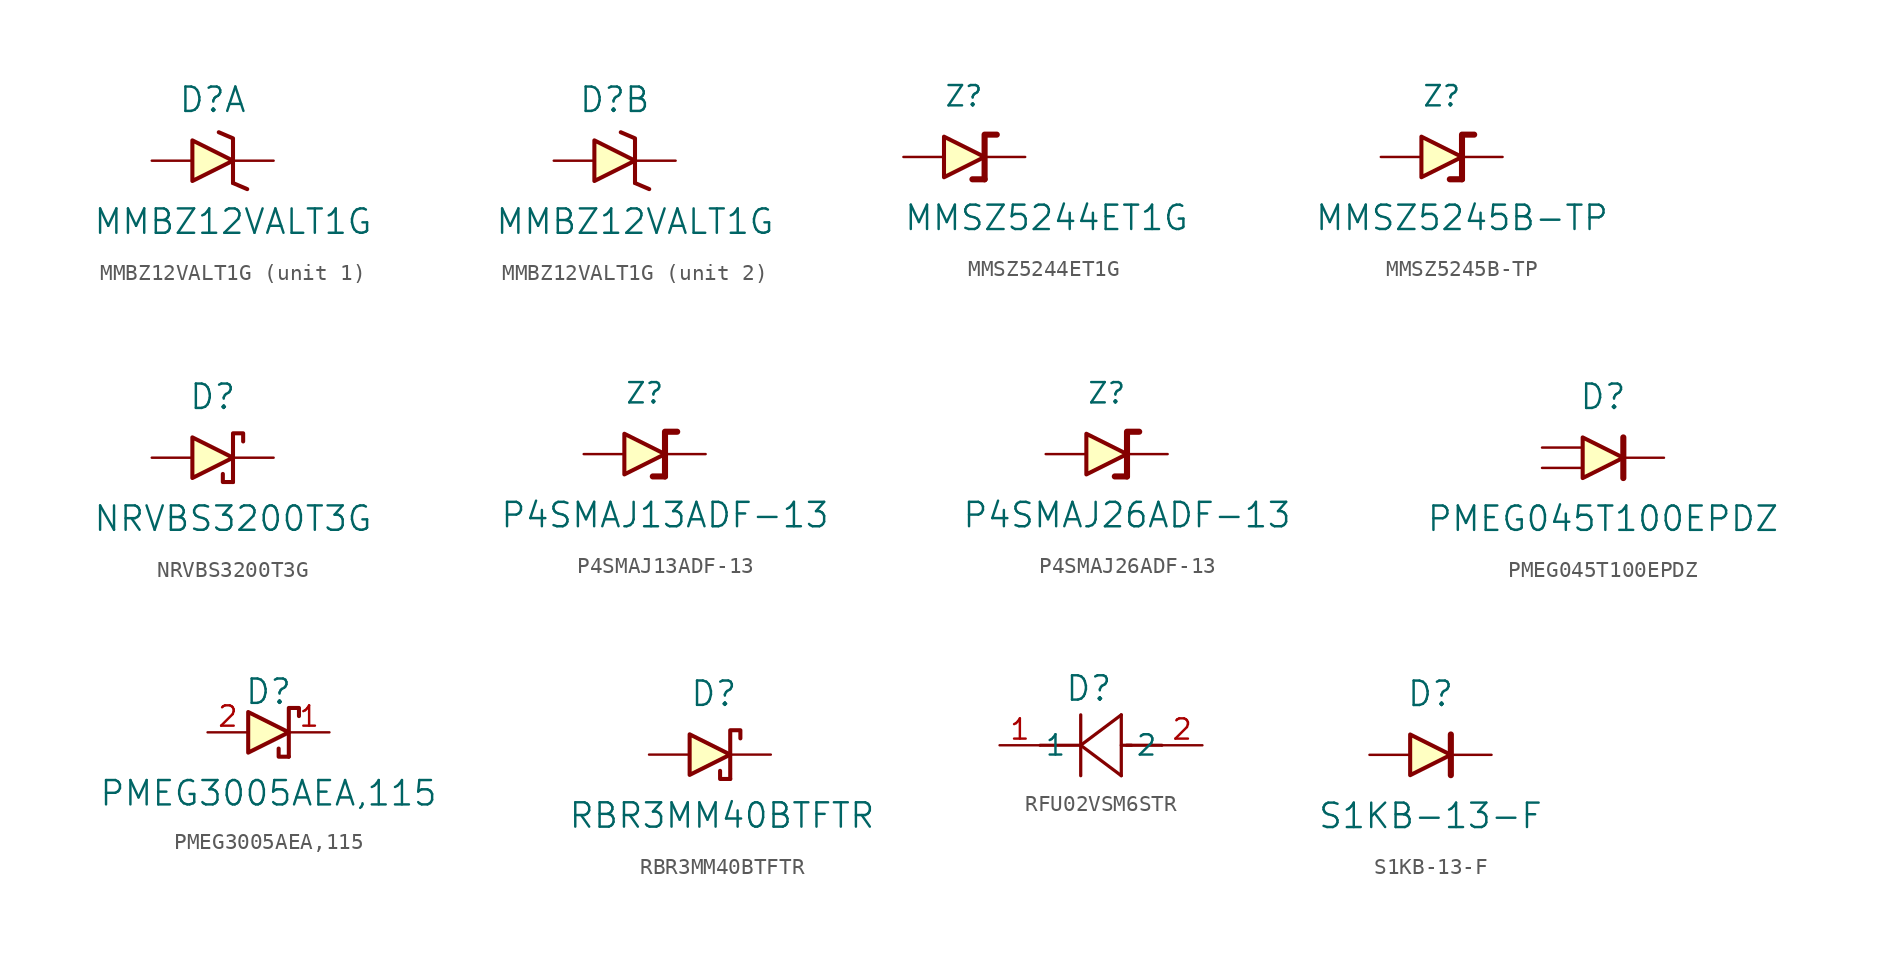
<source format=kicad_sym>
(kicad_symbol_lib
  (version 20241209)
  (generator "kicad_symbol_editor")
  (generator_version "9.0")
  (symbol "MMBZ12VALT1G"
    (pin_numbers
      (hide yes))
    (pin_names
      (offset 0)
      (hide yes))
    (property "Reference" "D"
      (at -1.27 3.81 0)
      (effects (font (size 1.524 1.524))))
    (property "Value" "MMBZ12VALT1G"
      (at 0 -3.81 0)
      (effects (font (size 1.524 1.524))))
    (symbol "MMBZ12VALT1G_0_1"
      (polyline (pts (xy -2.54 1.27) (xy -2.54 -1.27) (xy 0 0) (xy -2.54 1.27)) (stroke (width 0.254) (type default)) (fill (type background)))
      (polyline (pts (xy 0 -1.397) (xy 0.889 -1.778)) (stroke (width 0.254) (type default)) (fill (type none)))
      (polyline (pts (xy 0 -1.397) (xy 0 1.397) (xy -0.889 1.778)) (stroke (width 0.254) (type default)) (fill (type none))))
    (symbol "MMBZ12VALT1G_1_1"
      (pin passive line (at -5.08 0 0) (length 2.54) (name "Anode" (effects (font (size 1.27 1.27)))) (number "3" (effects (font (size 1.27 1.27)))))
      (pin input line (at 2.54 0 180) (length 2.54) (name "Cathode" (effects (font (size 1.27 1.27)))) (number "1" (effects (font (size 1.27 1.27))))))
    (symbol "MMBZ12VALT1G_2_1"
      (pin passive line (at -5.08 0 0) (length 2.54) (name "Anode" (effects (font (size 1.27 1.27)))) (number "3" (effects (font (size 1.27 1.27)))))
      (pin input line (at 2.54 0 180) (length 2.54) (name "Cathode" (effects (font (size 1.27 1.27)))) (number "2" (effects (font (size 1.27 1.27)))))))
  (symbol "MMSZ5244ET1G"
    (pin_numbers
      (hide yes))
    (pin_names
      (offset 0)
      (hide yes))
    (property "Reference" "Z"
      (at -1.27 3.81 0)
      (effects (font (size 1.27 1.27)) (justify left)))
    (property "Value" "MMSZ5244ET1G"
      (at -3.81 -3.81 0)
      (effects (font (size 1.524 1.524)) (justify left)))
    (symbol "MMSZ5244ET1G_0_1"
      (polyline (pts (xy -1.27 1.27) (xy -1.27 -1.27) (xy 1.27 0) (xy -1.27 1.27)) (stroke (width 0.254) (type default)) (fill (type background)))
      (polyline (pts (xy 1.27 -1.397) (xy 0.508 -1.397)) (stroke (width 0.381) (type default)) (fill (type none)))
      (polyline (pts (xy 1.27 -1.397) (xy 1.27 1.397) (xy 2.032 1.397)) (stroke (width 0.381) (type default)) (fill (type none))))
    (symbol "MMSZ5244ET1G_1_1"
      (pin input line (at -3.81 0 0) (length 2.54) (name "Anode" (effects (font (size 1.27 1.27)))) (number "2" (effects (font (size 1.27 1.27)))))
      (pin input line (at 3.81 0 180) (length 2.54) (name "Cathode" (effects (font (size 1.27 1.27)))) (number "1" (effects (font (size 1.27 1.27)))))))
  (symbol "MMSZ5245B-TP"
    (pin_numbers
      (hide yes))
    (pin_names
      (offset 0)
      (hide yes))
    (property "Reference" "Z"
      (at -1.27 3.81 0)
      (effects (font (size 1.27 1.27))))
    (property "Value" "MMSZ5245B-TP"
      (at 0 -3.81 0)
      (effects (font (size 1.524 1.524))))
    (symbol "MMSZ5245B-TP_0_1"
      (polyline (pts (xy -2.54 1.27) (xy -2.54 -1.27) (xy 0 0) (xy -2.54 1.27)) (stroke (width 0.254) (type default)) (fill (type background)))
      (polyline (pts (xy 0 -1.397) (xy -0.762 -1.397)) (stroke (width 0.381) (type default)) (fill (type none)))
      (polyline (pts (xy 0 -1.397) (xy 0 1.397) (xy 0.762 1.397)) (stroke (width 0.381) (type default)) (fill (type none))))
    (symbol "MMSZ5245B-TP_1_1"
      (pin input line (at -5.08 0 0) (length 2.54) (name "Anode" (effects (font (size 1.27 1.27)))) (number "2" (effects (font (size 1.27 1.27)))))
      (pin input line (at 2.54 0 180) (length 2.54) (name "Cathode" (effects (font (size 1.27 1.27)))) (number "1" (effects (font (size 1.27 1.27)))))))
  (symbol "NRVBS3200T3G"
    (pin_numbers
      (hide yes))
    (pin_names
      (offset 0)
      (hide yes))
    (property "Reference" "D"
      (at -1.27 3.81 0)
      (effects (font (size 1.524 1.524))))
    (property "Value" "NRVBS3200T3G"
      (at 0 -3.81 0)
      (effects (font (size 1.524 1.524))))
    (symbol "NRVBS3200T3G_0_1"
      (polyline (pts (xy -2.54 1.27) (xy -2.54 -1.27) (xy 0 0) (xy -2.54 1.27)) (stroke (width 0.254) (type default)) (fill (type background)))
      (polyline (pts (xy 0 -1.524) (xy -0.635 -1.524) (xy -0.635 -1.016)) (stroke (width 0.254) (type default)) (fill (type none)))
      (polyline (pts (xy 0 -1.524) (xy 0 1.524) (xy 0.635 1.524) (xy 0.635 1.016)) (stroke (width 0.254) (type default)) (fill (type none))))
    (symbol "NRVBS3200T3G_1_1"
      (pin input line (at -5.08 0 0) (length 2.54) (name "Anode" (effects (font (size 1.27 1.27)))) (number "2" (effects (font (size 1.27 1.27)))))
      (pin input line (at 2.54 0 180) (length 2.54) (name "Cathode" (effects (font (size 1.27 1.27)))) (number "1" (effects (font (size 1.27 1.27)))))))
  (symbol "P4SMAJ13ADF-13"
    (pin_numbers
      (hide yes))
    (pin_names
      (offset 0)
      (hide yes))
    (property "Reference" "Z"
      (at -1.27 3.81 0)
      (effects (font (size 1.27 1.27))))
    (property "Value" "P4SMAJ13ADF-13"
      (at 0 -3.81 0)
      (effects (font (size 1.524 1.524))))
    (symbol "P4SMAJ13ADF-13_0_1"
      (polyline (pts (xy -2.54 1.27) (xy -2.54 -1.27) (xy 0 0) (xy -2.54 1.27)) (stroke (width 0.254) (type default)) (fill (type background)))
      (polyline (pts (xy 0 -1.397) (xy -0.762 -1.397)) (stroke (width 0.381) (type default)) (fill (type none)))
      (polyline (pts (xy 0 -1.397) (xy 0 1.397) (xy 0.762 1.397)) (stroke (width 0.381) (type default)) (fill (type none))))
    (symbol "P4SMAJ13ADF-13_1_1"
      (pin input line (at -5.08 0 0) (length 2.54) (name "Anode" (effects (font (size 1.27 1.27)))) (number "2" (effects (font (size 1.27 1.27)))))
      (pin input line (at 2.54 0 180) (length 2.54) (name "Cathode" (effects (font (size 1.27 1.27)))) (number "1" (effects (font (size 1.27 1.27)))))))
  (symbol "P4SMAJ26ADF-13"
    (pin_numbers
      (hide yes))
    (pin_names
      (offset 0)
      (hide yes))
    (property "Reference" "Z"
      (at -1.27 3.81 0)
      (effects (font (size 1.27 1.27))))
    (property "Value" "P4SMAJ26ADF-13"
      (at 0 -3.81 0)
      (effects (font (size 1.524 1.524))))
    (symbol "P4SMAJ26ADF-13_0_1"
      (polyline (pts (xy -2.54 1.27) (xy -2.54 -1.27) (xy 0 0) (xy -2.54 1.27)) (stroke (width 0.254) (type default)) (fill (type background)))
      (polyline (pts (xy 0 -1.397) (xy -0.762 -1.397)) (stroke (width 0.381) (type default)) (fill (type none)))
      (polyline (pts (xy 0 -1.397) (xy 0 1.397) (xy 0.762 1.397)) (stroke (width 0.381) (type default)) (fill (type none))))
    (symbol "P4SMAJ26ADF-13_1_1"
      (pin input line (at -5.08 0 0) (length 2.54) (name "Anode" (effects (font (size 1.27 1.27)))) (number "2" (effects (font (size 1.27 1.27)))))
      (pin input line (at 2.54 0 180) (length 2.54) (name "Cathode" (effects (font (size 1.27 1.27)))) (number "1" (effects (font (size 1.27 1.27)))))))
  (symbol "PMEG045T100EPDZ"
    (pin_numbers
      (hide yes))
    (pin_names
      (offset 0)
      (hide yes))
    (property "Reference" "D"
      (at -1.27 3.81 0)
      (effects (font (size 1.524 1.524))))
    (property "Value" "PMEG045T100EPDZ"
      (at -1.27 -3.81 0)
      (effects (font (size 1.524 1.524))))
    (symbol "PMEG045T100EPDZ_0_1"
      (polyline (pts (xy -2.54 1.27) (xy -2.54 -1.27) (xy 0 0) (xy -2.54 1.27)) (stroke (width 0.254) (type default)) (fill (type background)))
      (polyline (pts (xy 0 -1.27) (xy 0 1.27)) (stroke (width 0.381) (type default)) (fill (type none))))
    (symbol "PMEG045T100EPDZ_1_1"
      (pin passive line (at -5.08 0.635 0) (length 2.54) (name "Anode" (effects (font (size 1.27 1.27)))) (number "2" (effects (font (size 1.27 1.27)))))
      (pin passive line (at -5.08 -0.635 0) (length 2.54) (name "Anode" (effects (font (size 1.27 1.27)))) (number "2" (effects (font (size 1.27 1.27)))))
      (pin passive line (at 2.54 0 180) (length 2.54) (name "Cathode" (effects (font (size 1.27 1.27)))) (number "1" (effects (font (size 1.27 1.27)))))))
  (symbol "PMEG3005AEA,115"
    (pin_names
      (offset 1.016)
      (hide yes))
    (property "Reference" "D"
      (at 0 0 0)
      (effects (font (size 1.524 1.524))))
    (property "Value" "PMEG3005AEA,115"
      (at 0 -6.35 0)
      (effects (font (size 1.524 1.524))))
    (symbol "PMEG3005AEA,115_1_1"
      (polyline (pts (xy -1.27 -1.27) (xy -1.27 -3.81) (xy 1.27 -2.54) (xy -1.27 -1.27)) (stroke (width 0.254) (type default)) (fill (type background)))
      (polyline (pts (xy 1.27 -4.064) (xy 0.635 -4.064) (xy 0.635 -3.556)) (stroke (width 0.254) (type default)) (fill (type none)))
      (polyline (pts (xy 1.27 -4.064) (xy 1.27 -1.016) (xy 1.905 -1.016) (xy 1.905 -1.524)) (stroke (width 0.254) (type default)) (fill (type none)))
      (pin input line (at -3.81 -2.54 0) (length 2.54) (name "Anode" (effects (font (size 1.27 1.27)))) (number "2" (effects (font (size 1.27 1.27)))))
      (pin input line (at 3.81 -2.54 180) (length 2.54) (name "Cathode" (effects (font (size 1.27 1.27)))) (number "1" (effects (font (size 1.27 1.27)))))))
  (symbol "RBR3MM40BTFTR"
    (pin_numbers
      (hide yes))
    (pin_names
      (offset 0)
      (hide yes))
    (property "Reference" "D"
      (at -1.27 3.81 0)
      (effects (font (size 1.524 1.524)) (justify left)))
    (property "Value" "RBR3MM40BTFTR"
      (at -8.89 -3.81 0)
      (effects (font (size 1.524 1.524)) (justify left)))
    (symbol "RBR3MM40BTFTR_0_1"
      (polyline (pts (xy -1.27 1.27) (xy -1.27 -1.27) (xy 1.27 0) (xy -1.27 1.27)) (stroke (width 0.254) (type default)) (fill (type background)))
      (polyline (pts (xy 1.27 -1.524) (xy 0.635 -1.524) (xy 0.635 -1.016)) (stroke (width 0.254) (type default)) (fill (type none)))
      (polyline (pts (xy 1.27 -1.524) (xy 1.27 1.524) (xy 1.905 1.524) (xy 1.905 1.016)) (stroke (width 0.254) (type default)) (fill (type none))))
    (symbol "RBR3MM40BTFTR_1_1"
      (pin input line (at -3.81 0 0) (length 2.54) (name "Anode" (effects (font (size 1.27 1.27)))) (number "2" (effects (font (size 1.27 1.27)))))
      (pin input line (at 3.81 0 180) (length 2.54) (name "Cathode" (effects (font (size 1.27 1.27)))) (number "1" (effects (font (size 1.27 1.27)))))))
  (symbol "RFU02VSM6STR"
    (pin_names
      (offset 0.254))
    (property "Reference" "D"
      (at -0.762 3.556 0)
      (effects (font (size 1.524 1.524))))
    (symbol "RFU02VSM6STR_1_1"
      (polyline (pts (xy -1.27 1.905) (xy -1.27 -1.905)) (stroke (width 0.203) (type default)) (fill (type none)))
      (polyline (pts (xy -1.27 0) (xy -3.81 0)) (stroke (width 0.203) (type default)) (fill (type none)))
      (polyline (pts (xy -1.27 0) (xy 1.27 -1.905)) (stroke (width 0.203) (type default)) (fill (type none)))
      (polyline (pts (xy 1.27 1.905) (xy -1.27 0)) (stroke (width 0.203) (type default)) (fill (type none)))
      (polyline (pts (xy 1.27 -1.905) (xy 1.27 1.905)) (stroke (width 0.203) (type default)) (fill (type none)))
      (polyline (pts (xy 1.905 0) (xy 1.27 0)) (stroke (width 0.203) (type default)) (fill (type none)))
      (polyline (pts (xy 3.81 0) (xy 1.6 0)) (stroke (width 0.203) (type default)) (fill (type none)))
      (pin output line (at -6.35 0 0) (length 2.54) (name "1" (effects (font (size 1.27 1.27)))) (number "1" (effects (font (size 1.27 1.27)))))
      (pin input line (at 6.35 0 180) (length 2.54) (name "2" (effects (font (size 1.27 1.27)))) (number "2" (effects (font (size 1.27 1.27)))))))
  (symbol "S1KB-13-F"
    (pin_numbers
      (hide yes))
    (pin_names
      (offset 0)
      (hide yes))
    (property "Reference" "D"
      (at -1.27 3.81 0)
      (effects (font (size 1.524 1.524))))
    (property "Value" "S1KB-13-F"
      (at -1.27 -3.81 0)
      (effects (font (size 1.524 1.524))))
    (symbol "S1KB-13-F_0_1"
      (polyline (pts (xy -2.54 1.27) (xy -2.54 -1.27) (xy 0 0) (xy -2.54 1.27)) (stroke (width 0.254) (type default)) (fill (type background)))
      (polyline (pts (xy 0 -1.27) (xy 0 1.27)) (stroke (width 0.381) (type default)) (fill (type none))))
    (symbol "S1KB-13-F_1_1"
      (pin input line (at -5.08 0 0) (length 2.54) (name "Anode" (effects (font (size 1.27 1.27)))) (number "2" (effects (font (size 1.27 1.27)))))
      (pin input line (at 2.54 0 180) (length 2.54) (name "Cathode" (effects (font (size 1.27 1.27)))) (number "1" (effects (font (size 1.27 1.27))))))))
</source>
